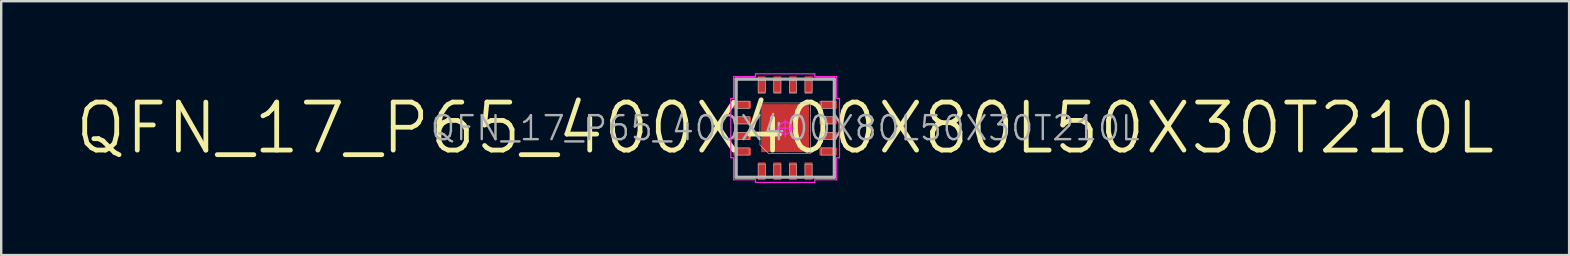
<source format=kicad_pcb>
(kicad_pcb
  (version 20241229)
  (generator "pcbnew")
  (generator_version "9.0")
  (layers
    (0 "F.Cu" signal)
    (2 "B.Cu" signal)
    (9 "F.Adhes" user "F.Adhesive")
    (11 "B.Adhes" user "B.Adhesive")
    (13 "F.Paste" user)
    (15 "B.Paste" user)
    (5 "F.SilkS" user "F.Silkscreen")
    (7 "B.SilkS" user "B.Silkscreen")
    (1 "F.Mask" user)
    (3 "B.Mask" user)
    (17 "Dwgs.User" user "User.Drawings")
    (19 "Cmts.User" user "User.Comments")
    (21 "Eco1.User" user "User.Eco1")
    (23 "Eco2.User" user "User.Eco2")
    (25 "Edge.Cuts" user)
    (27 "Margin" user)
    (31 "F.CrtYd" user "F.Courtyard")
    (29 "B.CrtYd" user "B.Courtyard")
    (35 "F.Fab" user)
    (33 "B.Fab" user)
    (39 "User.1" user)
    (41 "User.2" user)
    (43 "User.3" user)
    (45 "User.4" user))
  (footprint "QFN_17_P65_400X400X80L50X30T210L"
    (layer "F.Cu")
    (at 29.671 2.29)
    (property "Reference" "QFN_17_P65_400X400X80L50X30T210L" (at 0 0 0) (layer "F.Fab") (effects (font (size 1 1) (thickness 0.1))))
    (attr smd)
    (fp_line (start -2.05 -2.05) (end -2.05 -1.29) (stroke (width 0.1) (type solid)) (layer "F.SilkS"))
    (fp_line (start -2.05 2.05) (end -2.05 1.29) (stroke (width 0.1) (type solid)) (layer "F.SilkS"))
    (fp_line (start -1.29 -2.05) (end -2.05 -2.05) (stroke (width 0.1) (type solid)) (layer "F.SilkS"))
    (fp_line (start -1.29 2.05) (end -2.05 2.05) (stroke (width 0.1) (type solid)) (layer "F.SilkS"))
    (fp_line (start 1.29 -2.05) (end 2.05 -2.05) (stroke (width 0.1) (type solid)) (layer "F.SilkS"))
    (fp_line (start 1.29 2.05) (end 2.05 2.05) (stroke (width 0.1) (type solid)) (layer "F.SilkS"))
    (fp_line (start 2.05 -2.05) (end 2.05 -1.29) (stroke (width 0.1) (type solid)) (layer "F.SilkS"))
    (fp_line (start 2.05 2.05) (end 2.05 1.29) (stroke (width 0.1) (type solid)) (layer "F.SilkS"))
    (fp_line (start -2 -2) (end 2 -2) (stroke (width 0.025) (type solid)) (layer "Dwgs.User"))
    (fp_line (start -2 -1.125) (end -1.5 -1.125) (stroke (width 0.025) (type solid)) (layer "Dwgs.User"))
    (fp_line (start -2 -0.825) (end -2 -1.125) (stroke (width 0.025) (type solid)) (layer "Dwgs.User"))
    (fp_line (start -2 -0.475) (end -1.5 -0.475) (stroke (width 0.025) (type solid)) (layer "Dwgs.User"))
    (fp_line (start -2 -0.175) (end -2 -0.475) (stroke (width 0.025) (type solid)) (layer "Dwgs.User"))
    (fp_line (start -2 0.175) (end -1.5 0.175) (stroke (width 0.025) (type solid)) (layer "Dwgs.User"))
    (fp_line (start -2 0.475) (end -2 0.175) (stroke (width 0.025) (type solid)) (layer "Dwgs.User"))
    (fp_line (start -2 0.825) (end -1.5 0.825) (stroke (width 0.025) (type solid)) (layer "Dwgs.User"))
    (fp_line (start -2 1.125) (end -2 0.825) (stroke (width 0.025) (type solid)) (layer "Dwgs.User"))
    (fp_line (start -2 2) (end -2 -2) (stroke (width 0.025) (type solid)) (layer "Dwgs.User"))
    (fp_line (start -1.5 -1.125) (end -1.5 -0.825) (stroke (width 0.025) (type solid)) (layer "Dwgs.User"))
    (fp_line (start -1.5 -0.825) (end -2 -0.825) (stroke (width 0.025) (type solid)) (layer "Dwgs.User"))
    (fp_line (start -1.5 -0.475) (end -1.5 -0.175) (stroke (width 0.025) (type solid)) (layer "Dwgs.User"))
    (fp_line (start -1.5 -0.175) (end -2 -0.175) (stroke (width 0.025) (type solid)) (layer "Dwgs.User"))
    (fp_line (start -1.5 0.175) (end -1.5 0.475) (stroke (width 0.025) (type solid)) (layer "Dwgs.User"))
    (fp_line (start -1.5 0.475) (end -2 0.475) (stroke (width 0.025) (type solid)) (layer "Dwgs.User"))
    (fp_line (start -1.5 0.825) (end -1.5 1.125) (stroke (width 0.025) (type solid)) (layer "Dwgs.User"))
    (fp_line (start -1.5 1.125) (end -2 1.125) (stroke (width 0.025) (type solid)) (layer "Dwgs.User"))
    (fp_line (start -1.125 -2) (end -0.825 -2) (stroke (width 0.025) (type solid)) (layer "Dwgs.User"))
    (fp_line (start -1.125 -1.5) (end -1.125 -2) (stroke (width 0.025) (type solid)) (layer "Dwgs.User"))
    (fp_line (start -1.125 1.5) (end -0.825 1.5) (stroke (width 0.025) (type solid)) (layer "Dwgs.User"))
    (fp_line (start -1.125 2) (end -1.125 1.5) (stroke (width 0.025) (type solid)) (layer "Dwgs.User"))
    (fp_line (start -1.05 -1.05) (end -1.05 0.7) (stroke (width 0.025) (type solid)) (layer "Dwgs.User"))
    (fp_line (start -1.05 0.7) (end -0.7 1.05) (stroke (width 0.025) (type solid)) (layer "Dwgs.User"))
    (fp_line (start -0.825 -2) (end -0.825 -1.5) (stroke (width 0.025) (type solid)) (layer "Dwgs.User"))
    (fp_line (start -0.825 -1.5) (end -1.125 -1.5) (stroke (width 0.025) (type solid)) (layer "Dwgs.User"))
    (fp_line (start -0.825 1.5) (end -0.825 2) (stroke (width 0.025) (type solid)) (layer "Dwgs.User"))
    (fp_line (start -0.825 2) (end -1.125 2) (stroke (width 0.025) (type solid)) (layer "Dwgs.User"))
    (fp_line (start -0.7 1.05) (end 1.05 1.05) (stroke (width 0.025) (type solid)) (layer "Dwgs.User"))
    (fp_line (start -0.475 -2) (end -0.175 -2) (stroke (width 0.025) (type solid)) (layer "Dwgs.User"))
    (fp_line (start -0.475 -1.5) (end -0.475 -2) (stroke (width 0.025) (type solid)) (layer "Dwgs.User"))
    (fp_line (start -0.475 1.5) (end -0.175 1.5) (stroke (width 0.025) (type solid)) (layer "Dwgs.User"))
    (fp_line (start -0.475 2) (end -0.475 1.5) (stroke (width 0.025) (type solid)) (layer "Dwgs.User"))
    (fp_line (start -0.175 -2) (end -0.175 -1.5) (stroke (width 0.025) (type solid)) (layer "Dwgs.User"))
    (fp_line (start -0.175 -1.5) (end -0.475 -1.5) (stroke (width 0.025) (type solid)) (layer "Dwgs.User"))
    (fp_line (start -0.175 1.5) (end -0.175 2) (stroke (width 0.025) (type solid)) (layer "Dwgs.User"))
    (fp_line (start -0.175 2) (end -0.475 2) (stroke (width 0.025) (type solid)) (layer "Dwgs.User"))
    (fp_line (start 0.175 -2) (end 0.475 -2) (stroke (width 0.025) (type solid)) (layer "Dwgs.User"))
    (fp_line (start 0.175 -1.5) (end 0.175 -2) (stroke (width 0.025) (type solid)) (layer "Dwgs.User"))
    (fp_line (start 0.175 1.5) (end 0.475 1.5) (stroke (width 0.025) (type solid)) (layer "Dwgs.User"))
    (fp_line (start 0.175 2) (end 0.175 1.5) (stroke (width 0.025) (type solid)) (layer "Dwgs.User"))
    (fp_line (start 0.475 -2) (end 0.475 -1.5) (stroke (width 0.025) (type solid)) (layer "Dwgs.User"))
    (fp_line (start 0.475 -1.5) (end 0.175 -1.5) (stroke (width 0.025) (type solid)) (layer "Dwgs.User"))
    (fp_line (start 0.475 1.5) (end 0.475 2) (stroke (width 0.025) (type solid)) (layer "Dwgs.User"))
    (fp_line (start 0.475 2) (end 0.175 2) (stroke (width 0.025) (type solid)) (layer "Dwgs.User"))
    (fp_line (start 0.825 -2) (end 1.125 -2) (stroke (width 0.025) (type solid)) (layer "Dwgs.User"))
    (fp_line (start 0.825 -1.5) (end 0.825 -2) (stroke (width 0.025) (type solid)) (layer "Dwgs.User"))
    (fp_line (start 0.825 1.5) (end 1.125 1.5) (stroke (width 0.025) (type solid)) (layer "Dwgs.User"))
    (fp_line (start 0.825 2) (end 0.825 1.5) (stroke (width 0.025) (type solid)) (layer "Dwgs.User"))
    (fp_line (start 1.05 -1.05) (end -1.05 -1.05) (stroke (width 0.025) (type solid)) (layer "Dwgs.User"))
    (fp_line (start 1.05 1.05) (end 1.05 -1.05) (stroke (width 0.025) (type solid)) (layer "Dwgs.User"))
    (fp_line (start 1.125 -2) (end 1.125 -1.5) (stroke (width 0.025) (type solid)) (layer "Dwgs.User"))
    (fp_line (start 1.125 -1.5) (end 0.825 -1.5) (stroke (width 0.025) (type solid)) (layer "Dwgs.User"))
    (fp_line (start 1.125 1.5) (end 1.125 2) (stroke (width 0.025) (type solid)) (layer "Dwgs.User"))
    (fp_line (start 1.125 2) (end 0.825 2) (stroke (width 0.025) (type solid)) (layer "Dwgs.User"))
    (fp_line (start 1.5 -1.125) (end 2 -1.125) (stroke (width 0.025) (type solid)) (layer "Dwgs.User"))
    (fp_line (start 1.5 -0.825) (end 1.5 -1.125) (stroke (width 0.025) (type solid)) (layer "Dwgs.User"))
    (fp_line (start 1.5 -0.475) (end 2 -0.475) (stroke (width 0.025) (type solid)) (layer "Dwgs.User"))
    (fp_line (start 1.5 -0.175) (end 1.5 -0.475) (stroke (width 0.025) (type solid)) (layer "Dwgs.User"))
    (fp_line (start 1.5 0.175) (end 2 0.175) (stroke (width 0.025) (type solid)) (layer "Dwgs.User"))
    (fp_line (start 1.5 0.475) (end 1.5 0.175) (stroke (width 0.025) (type solid)) (layer "Dwgs.User"))
    (fp_line (start 1.5 0.825) (end 2 0.825) (stroke (width 0.025) (type solid)) (layer "Dwgs.User"))
    (fp_line (start 1.5 1.125) (end 1.5 0.825) (stroke (width 0.025) (type solid)) (layer "Dwgs.User"))
    (fp_line (start 2 -2) (end 2 2) (stroke (width 0.025) (type solid)) (layer "Dwgs.User"))
    (fp_line (start 2 -1.125) (end 2 -0.825) (stroke (width 0.025) (type solid)) (layer "Dwgs.User"))
    (fp_line (start 2 -0.825) (end 1.5 -0.825) (stroke (width 0.025) (type solid)) (layer "Dwgs.User"))
    (fp_line (start 2 -0.475) (end 2 -0.175) (stroke (width 0.025) (type solid)) (layer "Dwgs.User"))
    (fp_line (start 2 -0.175) (end 1.5 -0.175) (stroke (width 0.025) (type solid)) (layer "Dwgs.User"))
    (fp_line (start 2 0.175) (end 2 0.475) (stroke (width 0.025) (type solid)) (layer "Dwgs.User"))
    (fp_line (start 2 0.475) (end 1.5 0.475) (stroke (width 0.025) (type solid)) (layer "Dwgs.User"))
    (fp_line (start 2 0.825) (end 2 1.125) (stroke (width 0.025) (type solid)) (layer "Dwgs.User"))
    (fp_line (start 2 1.125) (end 1.5 1.125) (stroke (width 0.025) (type solid)) (layer "Dwgs.User"))
    (fp_line (start 2 2) (end -2 2) (stroke (width 0.025) (type solid)) (layer "Dwgs.User"))
    (fp_line (start -2.265 -1.235) (end -2.265 1.235) (stroke (width 0.05) (type solid)) (layer "F.CrtYd"))
    (fp_line (start -2.265 1.235) (end -2.15 1.235) (stroke (width 0.05) (type solid)) (layer "F.CrtYd"))
    (fp_line (start -2.15 -2.15) (end -2.15 -1.235) (stroke (width 0.05) (type solid)) (layer "F.CrtYd"))
    (fp_line (start -2.15 -1.235) (end -2.265 -1.235) (stroke (width 0.05) (type solid)) (layer "F.CrtYd"))
    (fp_line (start -2.15 1.235) (end -2.15 2.15) (stroke (width 0.05) (type solid)) (layer "F.CrtYd"))
    (fp_line (start -2.15 2.15) (end -1.235 2.15) (stroke (width 0.05) (type solid)) (layer "F.CrtYd"))
    (fp_line (start -1.235 -2.265) (end -1.235 -2.15) (stroke (width 0.05) (type solid)) (layer "F.CrtYd"))
    (fp_line (start -1.235 -2.15) (end -2.15 -2.15) (stroke (width 0.05) (type solid)) (layer "F.CrtYd"))
    (fp_line (start -1.235 2.15) (end -1.235 2.265) (stroke (width 0.05) (type solid)) (layer "F.CrtYd"))
    (fp_line (start -1.235 2.265) (end 1.235 2.265) (stroke (width 0.05) (type solid)) (layer "F.CrtYd"))
    (fp_line (start -0.35 0) (end 0.35 0) (stroke (width 0.05) (type solid)) (layer "F.CrtYd"))
    (fp_line (start 0 -0.35) (end 0 0.35) (stroke (width 0.05) (type solid)) (layer "F.CrtYd"))
    (fp_line (start 1.235 -2.265) (end -1.235 -2.265) (stroke (width 0.05) (type solid)) (layer "F.CrtYd"))
    (fp_line (start 1.235 -2.15) (end 1.235 -2.265) (stroke (width 0.05) (type solid)) (layer "F.CrtYd"))
    (fp_line (start 1.235 2.15) (end 2.15 2.15) (stroke (width 0.05) (type solid)) (layer "F.CrtYd"))
    (fp_line (start 1.235 2.265) (end 1.235 2.15) (stroke (width 0.05) (type solid)) (layer "F.CrtYd"))
    (fp_line (start 2.15 -2.15) (end 1.235 -2.15) (stroke (width 0.05) (type solid)) (layer "F.CrtYd"))
    (fp_line (start 2.15 -1.235) (end 2.15 -2.15) (stroke (width 0.05) (type solid)) (layer "F.CrtYd"))
    (fp_line (start 2.15 1.235) (end 2.265 1.235) (stroke (width 0.05) (type solid)) (layer "F.CrtYd"))
    (fp_line (start 2.15 2.15) (end 2.15 1.235) (stroke (width 0.05) (type solid)) (layer "F.CrtYd"))
    (fp_line (start 2.265 -1.235) (end 2.15 -1.235) (stroke (width 0.05) (type solid)) (layer "F.CrtYd"))
    (fp_line (start 2.265 1.235) (end 2.265 -1.235) (stroke (width 0.05) (type solid)) (layer "F.CrtYd"))
    (fp_circle (center 0 0) (end 0 0.25) (stroke (width 0.05) (type solid)) (fill no) (layer "F.CrtYd"))
    (fp_line (start -2.05 -2.05) (end 2.05 -2.05) (stroke (width 0.12) (type solid)) (layer "F.Fab"))
    (fp_line (start -2.05 2.05) (end -2.05 -2.05) (stroke (width 0.12) (type solid)) (layer "F.Fab"))
    (fp_line (start 2.05 -2.05) (end 2.05 2.05) (stroke (width 0.12) (type solid)) (layer "F.Fab"))
    (fp_line (start 2.05 2.05) (end -2.05 2.05) (stroke (width 0.12) (type solid)) (layer "F.Fab"))
    (fp_text user "${REFERENCE}" (at 0 0 0) (layer "F.SilkS") (effects (font (size 2 2) (thickness 0.2))))
    (pad "" smd rect (at -0.475 -0.475 90) (size 0.74 0.74) (layers "F.Paste"))
    (pad "" smd rect (at -0.475 0.475 90) (size 0.74 0.74) (layers "F.Paste"))
    (pad "" smd rect (at 0.475 -0.475 90) (size 0.74 0.74) (layers "F.Paste"))
    (pad "" smd rect (at 0.475 0.475 90) (size 0.74 0.74) (layers "F.Paste"))
    (pad "1" smd rect (at -0.975 1.795 90) (size 0.74 0.32) (layers "F.Cu" "F.Mask" "F.Paste"))
    (pad "2" smd rect (at -0.325 1.795 90) (size 0.74 0.32) (layers "F.Cu" "F.Mask" "F.Paste"))
    (pad "3" smd rect (at 0.325 1.795 90) (size 0.74 0.32) (layers "F.Cu" "F.Mask" "F.Paste"))
    (pad "4" smd rect (at 0.975 1.795 90) (size 0.74 0.32) (layers "F.Cu" "F.Mask" "F.Paste"))
    (pad "5" smd rect (at 1.795 0.975) (size 0.74 0.32) (layers "F.Cu" "F.Mask" "F.Paste"))
    (pad "6" smd rect (at 1.795 0.325) (size 0.74 0.32) (layers "F.Cu" "F.Mask" "F.Paste"))
    (pad "7" smd rect (at 1.795 -0.325) (size 0.74 0.32) (layers "F.Cu" "F.Mask" "F.Paste"))
    (pad "8" smd rect (at 1.795 -0.975) (size 0.74 0.32) (layers "F.Cu" "F.Mask" "F.Paste"))
    (pad "9" smd rect (at 0.975 -1.795 90) (size 0.74 0.32) (layers "F.Cu" "F.Mask" "F.Paste"))
    (pad "10" smd rect (at 0.325 -1.795 90) (size 0.74 0.32) (layers "F.Cu" "F.Mask" "F.Paste"))
    (pad "11" smd rect (at -0.325 -1.795 90) (size 0.74 0.32) (layers "F.Cu" "F.Mask" "F.Paste"))
    (pad "12" smd rect (at -0.975 -1.795 90) (size 0.74 0.32) (layers "F.Cu" "F.Mask" "F.Paste"))
    (pad "13" smd rect (at -1.795 -0.975) (size 0.74 0.32) (layers "F.Cu" "F.Mask" "F.Paste"))
    (pad "14" smd rect (at -1.795 -0.325) (size 0.74 0.32) (layers "F.Cu" "F.Mask" "F.Paste"))
    (pad "15" smd rect (at -1.795 0.325) (size 0.74 0.32) (layers "F.Cu" "F.Mask" "F.Paste"))
    (pad "16" smd rect (at -1.795 0.975) (size 0.74 0.32) (layers "F.Cu" "F.Mask" "F.Paste"))
    (pad "17" smd rect (at -0.475 -0.475) (size 1.05 1.05) (layers "F.Cu" "F.Mask" "F.Paste"))
    (pad "17" smd rect (at -0.475 0.475) (size 1.05 1.05) (layers "F.Cu" "F.Mask" "F.Paste"))
    (pad "17" smd rect (at 0.475 -0.475) (size 1.05 1.05) (layers "F.Cu" "F.Mask" "F.Paste"))
    (pad "17" smd rect (at 0.475 0.475) (size 1.05 1.05) (layers "F.Cu" "F.Mask" "F.Paste")))
  (gr_rect
    (start -3 -3)
    (end 62.343 7.58)
    (stroke (width 0.1) (type default))
    (fill no)
    (layer "Edge.Cuts")))
</source>
